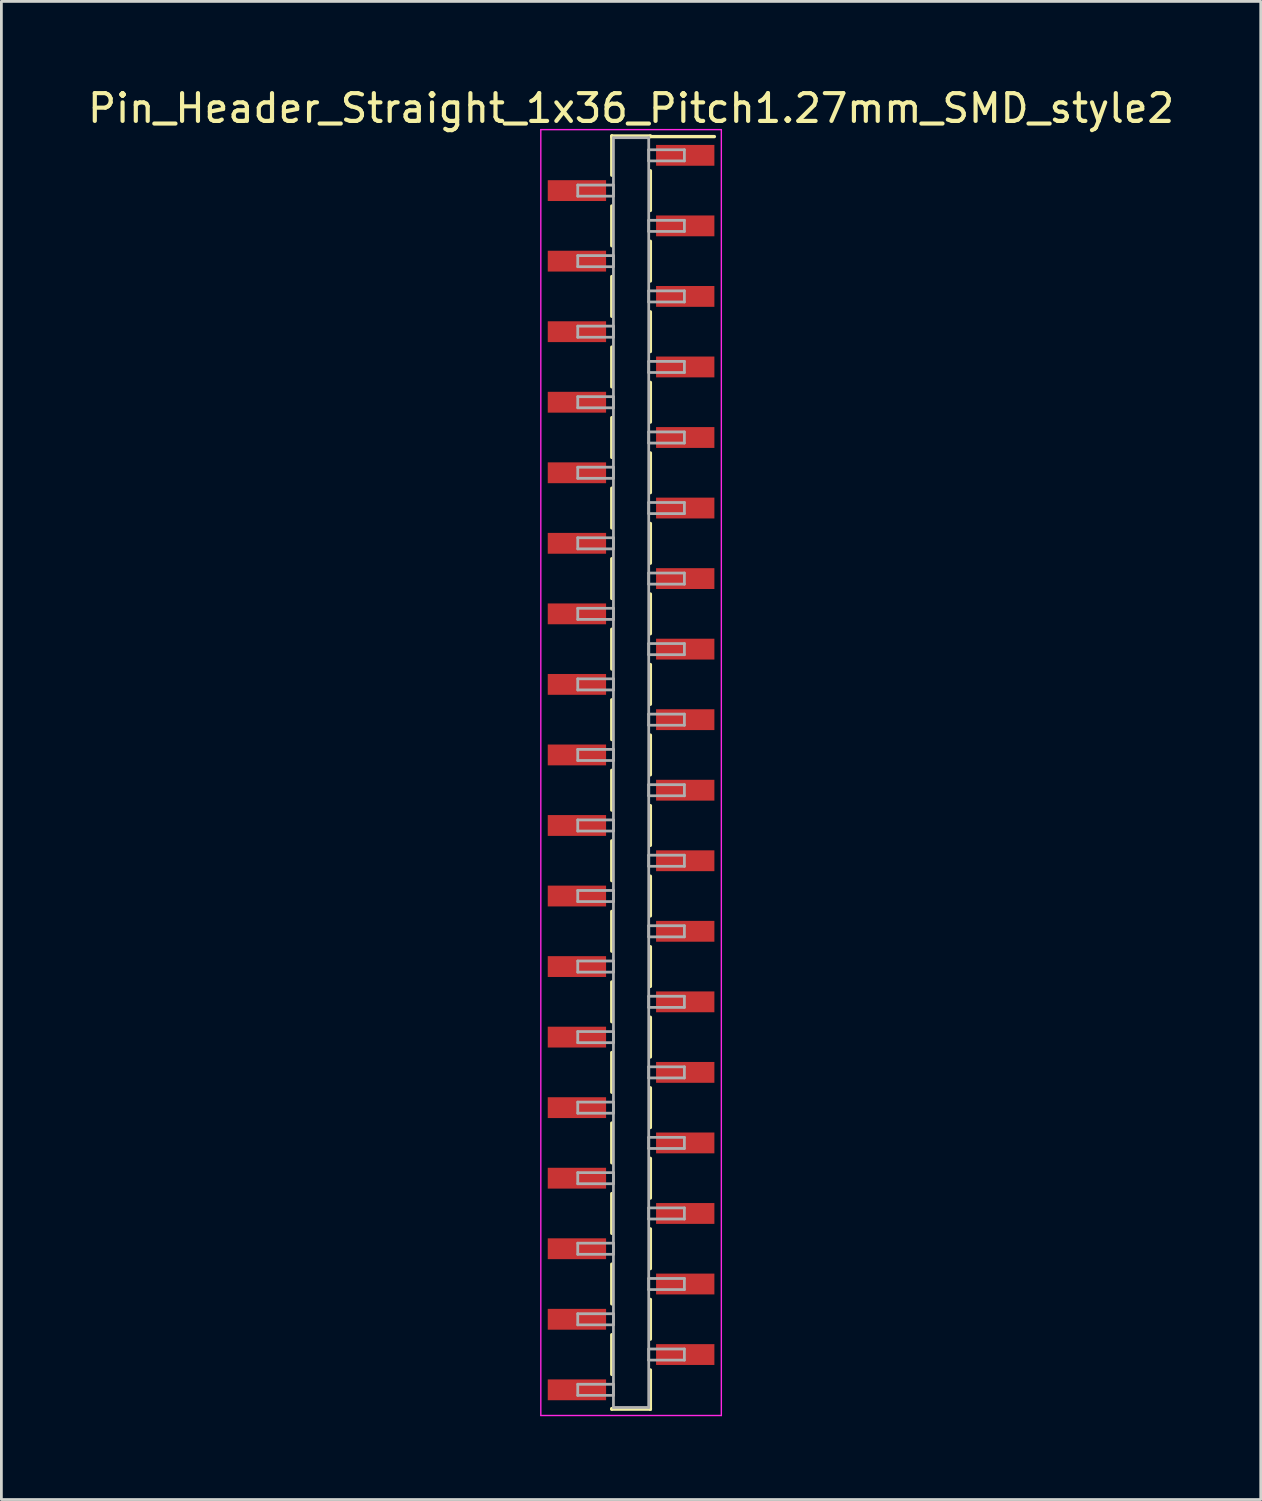
<source format=kicad_pcb>
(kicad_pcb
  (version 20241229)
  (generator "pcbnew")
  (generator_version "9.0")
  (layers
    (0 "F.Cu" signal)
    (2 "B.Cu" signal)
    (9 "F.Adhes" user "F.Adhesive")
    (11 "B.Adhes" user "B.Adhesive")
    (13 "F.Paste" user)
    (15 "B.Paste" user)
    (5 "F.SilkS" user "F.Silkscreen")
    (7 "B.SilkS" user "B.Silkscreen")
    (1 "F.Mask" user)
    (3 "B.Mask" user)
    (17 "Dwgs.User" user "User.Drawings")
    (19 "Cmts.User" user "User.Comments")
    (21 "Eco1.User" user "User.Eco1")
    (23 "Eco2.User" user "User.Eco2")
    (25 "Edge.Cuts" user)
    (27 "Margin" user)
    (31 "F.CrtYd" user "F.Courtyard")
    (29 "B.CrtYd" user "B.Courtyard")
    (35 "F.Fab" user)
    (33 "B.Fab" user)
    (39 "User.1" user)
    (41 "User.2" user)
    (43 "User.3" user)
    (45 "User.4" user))
  (footprint "Pin_Header_Straight_1x36_Pitch1.27mm_SMD_style2"
    (layer "F.Cu")
    (at 19.673 24.768)
    (property "Reference" "Pin_Header_Straight_1x36_Pitch1.27mm_SMD_style2" (at 0 -23.92 0) (layer "F.SilkS") (effects (font (size 1 1) (thickness 0.15))))
    (attr smd)
    (fp_line (start -0.695 -22.92) (end -0.695 -21.51) (stroke (width 0.12) (type solid)) (layer "F.SilkS"))
    (fp_line (start -0.695 -22.92) (end 0.695 -22.92) (stroke (width 0.12) (type solid)) (layer "F.SilkS"))
    (fp_line (start -0.695 -22.9) (end -0.695 -22.92) (stroke (width 0.12) (type solid)) (layer "F.SilkS"))
    (fp_line (start -0.695 -20.4) (end -0.695 -18.97) (stroke (width 0.12) (type solid)) (layer "F.SilkS"))
    (fp_line (start -0.695 -17.86) (end -0.695 -16.43) (stroke (width 0.12) (type solid)) (layer "F.SilkS"))
    (fp_line (start -0.695 -15.32) (end -0.695 -13.89) (stroke (width 0.12) (type solid)) (layer "F.SilkS"))
    (fp_line (start -0.695 -12.78) (end -0.695 -11.35) (stroke (width 0.12) (type solid)) (layer "F.SilkS"))
    (fp_line (start -0.695 -10.24) (end -0.695 -8.81) (stroke (width 0.12) (type solid)) (layer "F.SilkS"))
    (fp_line (start -0.695 -7.7) (end -0.695 -6.27) (stroke (width 0.12) (type solid)) (layer "F.SilkS"))
    (fp_line (start -0.695 -5.16) (end -0.695 -3.73) (stroke (width 0.12) (type solid)) (layer "F.SilkS"))
    (fp_line (start -0.695 -2.62) (end -0.695 -1.19) (stroke (width 0.12) (type solid)) (layer "F.SilkS"))
    (fp_line (start -0.695 -0.08) (end -0.695 1.35) (stroke (width 0.12) (type solid)) (layer "F.SilkS"))
    (fp_line (start -0.695 2.46) (end -0.695 3.89) (stroke (width 0.12) (type solid)) (layer "F.SilkS"))
    (fp_line (start -0.695 5) (end -0.695 6.43) (stroke (width 0.12) (type solid)) (layer "F.SilkS"))
    (fp_line (start -0.695 7.54) (end -0.695 8.97) (stroke (width 0.12) (type solid)) (layer "F.SilkS"))
    (fp_line (start -0.695 10.08) (end -0.695 11.51) (stroke (width 0.12) (type solid)) (layer "F.SilkS"))
    (fp_line (start -0.695 12.62) (end -0.695 14.05) (stroke (width 0.12) (type solid)) (layer "F.SilkS"))
    (fp_line (start -0.695 15.16) (end -0.695 16.59) (stroke (width 0.12) (type solid)) (layer "F.SilkS"))
    (fp_line (start -0.695 17.7) (end -0.695 19.13) (stroke (width 0.12) (type solid)) (layer "F.SilkS"))
    (fp_line (start -0.695 20.24) (end -0.695 21.67) (stroke (width 0.12) (type solid)) (layer "F.SilkS"))
    (fp_line (start -0.695 22.9) (end -0.695 22.92) (stroke (width 0.12) (type solid)) (layer "F.SilkS"))
    (fp_line (start -0.695 22.92) (end 0.695 22.92) (stroke (width 0.12) (type solid)) (layer "F.SilkS"))
    (fp_line (start 0.695 -22.92) (end 0.695 -22.9) (stroke (width 0.12) (type solid)) (layer "F.SilkS"))
    (fp_line (start 0.695 -22.9) (end 3 -22.9) (stroke (width 0.12) (type solid)) (layer "F.SilkS"))
    (fp_line (start 0.695 -21.67) (end 0.695 -20.24) (stroke (width 0.12) (type solid)) (layer "F.SilkS"))
    (fp_line (start 0.695 -19.13) (end 0.695 -17.7) (stroke (width 0.12) (type solid)) (layer "F.SilkS"))
    (fp_line (start 0.695 -16.59) (end 0.695 -15.16) (stroke (width 0.12) (type solid)) (layer "F.SilkS"))
    (fp_line (start 0.695 -14.05) (end 0.695 -12.62) (stroke (width 0.12) (type solid)) (layer "F.SilkS"))
    (fp_line (start 0.695 -11.51) (end 0.695 -10.08) (stroke (width 0.12) (type solid)) (layer "F.SilkS"))
    (fp_line (start 0.695 -8.97) (end 0.695 -7.54) (stroke (width 0.12) (type solid)) (layer "F.SilkS"))
    (fp_line (start 0.695 -6.43) (end 0.695 -5) (stroke (width 0.12) (type solid)) (layer "F.SilkS"))
    (fp_line (start 0.695 -3.89) (end 0.695 -2.46) (stroke (width 0.12) (type solid)) (layer "F.SilkS"))
    (fp_line (start 0.695 -1.35) (end 0.695 0.08) (stroke (width 0.12) (type solid)) (layer "F.SilkS"))
    (fp_line (start 0.695 1.19) (end 0.695 2.62) (stroke (width 0.12) (type solid)) (layer "F.SilkS"))
    (fp_line (start 0.695 3.73) (end 0.695 5.16) (stroke (width 0.12) (type solid)) (layer "F.SilkS"))
    (fp_line (start 0.695 6.27) (end 0.695 7.7) (stroke (width 0.12) (type solid)) (layer "F.SilkS"))
    (fp_line (start 0.695 8.81) (end 0.695 10.24) (stroke (width 0.12) (type solid)) (layer "F.SilkS"))
    (fp_line (start 0.695 11.35) (end 0.695 12.78) (stroke (width 0.12) (type solid)) (layer "F.SilkS"))
    (fp_line (start 0.695 13.89) (end 0.695 15.32) (stroke (width 0.12) (type solid)) (layer "F.SilkS"))
    (fp_line (start 0.695 16.43) (end 0.695 17.86) (stroke (width 0.12) (type solid)) (layer "F.SilkS"))
    (fp_line (start 0.695 18.97) (end 0.695 20.4) (stroke (width 0.12) (type solid)) (layer "F.SilkS"))
    (fp_line (start 0.695 21.51) (end 0.695 22.92) (stroke (width 0.12) (type solid)) (layer "F.SilkS"))
    (fp_line (start 0.695 22.92) (end 0.695 22.9) (stroke (width 0.12) (type solid)) (layer "F.SilkS"))
    (fp_line (start -3.25 -23.15) (end -3.25 23.15) (stroke (width 0.05) (type solid)) (layer "F.CrtYd"))
    (fp_line (start -3.25 23.15) (end 3.25 23.15) (stroke (width 0.05) (type solid)) (layer "F.CrtYd"))
    (fp_line (start 3.25 -23.15) (end -3.25 -23.15) (stroke (width 0.05) (type solid)) (layer "F.CrtYd"))
    (fp_line (start 3.25 23.15) (end 3.25 -23.15) (stroke (width 0.05) (type solid)) (layer "F.CrtYd"))
    (fp_line (start -1.92 -21.155) (end -0.635 -21.155) (stroke (width 0.1) (type solid)) (layer "F.Fab"))
    (fp_line (start -1.92 -20.755) (end -1.92 -21.155) (stroke (width 0.1) (type solid)) (layer "F.Fab"))
    (fp_line (start -1.92 -18.615) (end -0.635 -18.615) (stroke (width 0.1) (type solid)) (layer "F.Fab"))
    (fp_line (start -1.92 -18.215) (end -1.92 -18.615) (stroke (width 0.1) (type solid)) (layer "F.Fab"))
    (fp_line (start -1.92 -16.075) (end -0.635 -16.075) (stroke (width 0.1) (type solid)) (layer "F.Fab"))
    (fp_line (start -1.92 -15.675) (end -1.92 -16.075) (stroke (width 0.1) (type solid)) (layer "F.Fab"))
    (fp_line (start -1.92 -13.535) (end -0.635 -13.535) (stroke (width 0.1) (type solid)) (layer "F.Fab"))
    (fp_line (start -1.92 -13.135) (end -1.92 -13.535) (stroke (width 0.1) (type solid)) (layer "F.Fab"))
    (fp_line (start -1.92 -10.995) (end -0.635 -10.995) (stroke (width 0.1) (type solid)) (layer "F.Fab"))
    (fp_line (start -1.92 -10.595) (end -1.92 -10.995) (stroke (width 0.1) (type solid)) (layer "F.Fab"))
    (fp_line (start -1.92 -8.455) (end -0.635 -8.455) (stroke (width 0.1) (type solid)) (layer "F.Fab"))
    (fp_line (start -1.92 -8.055) (end -1.92 -8.455) (stroke (width 0.1) (type solid)) (layer "F.Fab"))
    (fp_line (start -1.92 -5.915) (end -0.635 -5.915) (stroke (width 0.1) (type solid)) (layer "F.Fab"))
    (fp_line (start -1.92 -5.515) (end -1.92 -5.915) (stroke (width 0.1) (type solid)) (layer "F.Fab"))
    (fp_line (start -1.92 -3.375) (end -0.635 -3.375) (stroke (width 0.1) (type solid)) (layer "F.Fab"))
    (fp_line (start -1.92 -2.975) (end -1.92 -3.375) (stroke (width 0.1) (type solid)) (layer "F.Fab"))
    (fp_line (start -1.92 -0.835) (end -0.635 -0.835) (stroke (width 0.1) (type solid)) (layer "F.Fab"))
    (fp_line (start -1.92 -0.435) (end -1.92 -0.835) (stroke (width 0.1) (type solid)) (layer "F.Fab"))
    (fp_line (start -1.92 1.705) (end -0.635 1.705) (stroke (width 0.1) (type solid)) (layer "F.Fab"))
    (fp_line (start -1.92 2.105) (end -1.92 1.705) (stroke (width 0.1) (type solid)) (layer "F.Fab"))
    (fp_line (start -1.92 4.245) (end -0.635 4.245) (stroke (width 0.1) (type solid)) (layer "F.Fab"))
    (fp_line (start -1.92 4.645) (end -1.92 4.245) (stroke (width 0.1) (type solid)) (layer "F.Fab"))
    (fp_line (start -1.92 6.785) (end -0.635 6.785) (stroke (width 0.1) (type solid)) (layer "F.Fab"))
    (fp_line (start -1.92 7.185) (end -1.92 6.785) (stroke (width 0.1) (type solid)) (layer "F.Fab"))
    (fp_line (start -1.92 9.325) (end -0.635 9.325) (stroke (width 0.1) (type solid)) (layer "F.Fab"))
    (fp_line (start -1.92 9.725) (end -1.92 9.325) (stroke (width 0.1) (type solid)) (layer "F.Fab"))
    (fp_line (start -1.92 11.865) (end -0.635 11.865) (stroke (width 0.1) (type solid)) (layer "F.Fab"))
    (fp_line (start -1.92 12.265) (end -1.92 11.865) (stroke (width 0.1) (type solid)) (layer "F.Fab"))
    (fp_line (start -1.92 14.405) (end -0.635 14.405) (stroke (width 0.1) (type solid)) (layer "F.Fab"))
    (fp_line (start -1.92 14.805) (end -1.92 14.405) (stroke (width 0.1) (type solid)) (layer "F.Fab"))
    (fp_line (start -1.92 16.945) (end -0.635 16.945) (stroke (width 0.1) (type solid)) (layer "F.Fab"))
    (fp_line (start -1.92 17.345) (end -1.92 16.945) (stroke (width 0.1) (type solid)) (layer "F.Fab"))
    (fp_line (start -1.92 19.485) (end -0.635 19.485) (stroke (width 0.1) (type solid)) (layer "F.Fab"))
    (fp_line (start -1.92 19.885) (end -1.92 19.485) (stroke (width 0.1) (type solid)) (layer "F.Fab"))
    (fp_line (start -1.92 22.025) (end -0.635 22.025) (stroke (width 0.1) (type solid)) (layer "F.Fab"))
    (fp_line (start -1.92 22.425) (end -1.92 22.025) (stroke (width 0.1) (type solid)) (layer "F.Fab"))
    (fp_line (start -0.635 -22.86) (end -0.635 22.86) (stroke (width 0.1) (type solid)) (layer "F.Fab"))
    (fp_line (start -0.635 -21.155) (end -0.635 -20.755) (stroke (width 0.1) (type solid)) (layer "F.Fab"))
    (fp_line (start -0.635 -20.755) (end -1.92 -20.755) (stroke (width 0.1) (type solid)) (layer "F.Fab"))
    (fp_line (start -0.635 -18.615) (end -0.635 -18.215) (stroke (width 0.1) (type solid)) (layer "F.Fab"))
    (fp_line (start -0.635 -18.215) (end -1.92 -18.215) (stroke (width 0.1) (type solid)) (layer "F.Fab"))
    (fp_line (start -0.635 -16.075) (end -0.635 -15.675) (stroke (width 0.1) (type solid)) (layer "F.Fab"))
    (fp_line (start -0.635 -15.675) (end -1.92 -15.675) (stroke (width 0.1) (type solid)) (layer "F.Fab"))
    (fp_line (start -0.635 -13.535) (end -0.635 -13.135) (stroke (width 0.1) (type solid)) (layer "F.Fab"))
    (fp_line (start -0.635 -13.135) (end -1.92 -13.135) (stroke (width 0.1) (type solid)) (layer "F.Fab"))
    (fp_line (start -0.635 -10.995) (end -0.635 -10.595) (stroke (width 0.1) (type solid)) (layer "F.Fab"))
    (fp_line (start -0.635 -10.595) (end -1.92 -10.595) (stroke (width 0.1) (type solid)) (layer "F.Fab"))
    (fp_line (start -0.635 -8.455) (end -0.635 -8.055) (stroke (width 0.1) (type solid)) (layer "F.Fab"))
    (fp_line (start -0.635 -8.055) (end -1.92 -8.055) (stroke (width 0.1) (type solid)) (layer "F.Fab"))
    (fp_line (start -0.635 -5.915) (end -0.635 -5.515) (stroke (width 0.1) (type solid)) (layer "F.Fab"))
    (fp_line (start -0.635 -5.515) (end -1.92 -5.515) (stroke (width 0.1) (type solid)) (layer "F.Fab"))
    (fp_line (start -0.635 -3.375) (end -0.635 -2.975) (stroke (width 0.1) (type solid)) (layer "F.Fab"))
    (fp_line (start -0.635 -2.975) (end -1.92 -2.975) (stroke (width 0.1) (type solid)) (layer "F.Fab"))
    (fp_line (start -0.635 -0.835) (end -0.635 -0.435) (stroke (width 0.1) (type solid)) (layer "F.Fab"))
    (fp_line (start -0.635 -0.435) (end -1.92 -0.435) (stroke (width 0.1) (type solid)) (layer "F.Fab"))
    (fp_line (start -0.635 1.705) (end -0.635 2.105) (stroke (width 0.1) (type solid)) (layer "F.Fab"))
    (fp_line (start -0.635 2.105) (end -1.92 2.105) (stroke (width 0.1) (type solid)) (layer "F.Fab"))
    (fp_line (start -0.635 4.245) (end -0.635 4.645) (stroke (width 0.1) (type solid)) (layer "F.Fab"))
    (fp_line (start -0.635 4.645) (end -1.92 4.645) (stroke (width 0.1) (type solid)) (layer "F.Fab"))
    (fp_line (start -0.635 6.785) (end -0.635 7.185) (stroke (width 0.1) (type solid)) (layer "F.Fab"))
    (fp_line (start -0.635 7.185) (end -1.92 7.185) (stroke (width 0.1) (type solid)) (layer "F.Fab"))
    (fp_line (start -0.635 9.325) (end -0.635 9.725) (stroke (width 0.1) (type solid)) (layer "F.Fab"))
    (fp_line (start -0.635 9.725) (end -1.92 9.725) (stroke (width 0.1) (type solid)) (layer "F.Fab"))
    (fp_line (start -0.635 11.865) (end -0.635 12.265) (stroke (width 0.1) (type solid)) (layer "F.Fab"))
    (fp_line (start -0.635 12.265) (end -1.92 12.265) (stroke (width 0.1) (type solid)) (layer "F.Fab"))
    (fp_line (start -0.635 14.405) (end -0.635 14.805) (stroke (width 0.1) (type solid)) (layer "F.Fab"))
    (fp_line (start -0.635 14.805) (end -1.92 14.805) (stroke (width 0.1) (type solid)) (layer "F.Fab"))
    (fp_line (start -0.635 16.945) (end -0.635 17.345) (stroke (width 0.1) (type solid)) (layer "F.Fab"))
    (fp_line (start -0.635 17.345) (end -1.92 17.345) (stroke (width 0.1) (type solid)) (layer "F.Fab"))
    (fp_line (start -0.635 19.485) (end -0.635 19.885) (stroke (width 0.1) (type solid)) (layer "F.Fab"))
    (fp_line (start -0.635 19.885) (end -1.92 19.885) (stroke (width 0.1) (type solid)) (layer "F.Fab"))
    (fp_line (start -0.635 22.025) (end -0.635 22.425) (stroke (width 0.1) (type solid)) (layer "F.Fab"))
    (fp_line (start -0.635 22.425) (end -1.92 22.425) (stroke (width 0.1) (type solid)) (layer "F.Fab"))
    (fp_line (start -0.635 22.86) (end 0.635 22.86) (stroke (width 0.1) (type solid)) (layer "F.Fab"))
    (fp_line (start 0.635 -22.86) (end -0.635 -22.86) (stroke (width 0.1) (type solid)) (layer "F.Fab"))
    (fp_line (start 0.635 -22.425) (end 0.635 -22.025) (stroke (width 0.1) (type solid)) (layer "F.Fab"))
    (fp_line (start 0.635 -22.025) (end 1.92 -22.025) (stroke (width 0.1) (type solid)) (layer "F.Fab"))
    (fp_line (start 0.635 -19.885) (end 0.635 -19.485) (stroke (width 0.1) (type solid)) (layer "F.Fab"))
    (fp_line (start 0.635 -19.485) (end 1.92 -19.485) (stroke (width 0.1) (type solid)) (layer "F.Fab"))
    (fp_line (start 0.635 -17.345) (end 0.635 -16.945) (stroke (width 0.1) (type solid)) (layer "F.Fab"))
    (fp_line (start 0.635 -16.945) (end 1.92 -16.945) (stroke (width 0.1) (type solid)) (layer "F.Fab"))
    (fp_line (start 0.635 -14.805) (end 0.635 -14.405) (stroke (width 0.1) (type solid)) (layer "F.Fab"))
    (fp_line (start 0.635 -14.405) (end 1.92 -14.405) (stroke (width 0.1) (type solid)) (layer "F.Fab"))
    (fp_line (start 0.635 -12.265) (end 0.635 -11.865) (stroke (width 0.1) (type solid)) (layer "F.Fab"))
    (fp_line (start 0.635 -11.865) (end 1.92 -11.865) (stroke (width 0.1) (type solid)) (layer "F.Fab"))
    (fp_line (start 0.635 -9.725) (end 0.635 -9.325) (stroke (width 0.1) (type solid)) (layer "F.Fab"))
    (fp_line (start 0.635 -9.325) (end 1.92 -9.325) (stroke (width 0.1) (type solid)) (layer "F.Fab"))
    (fp_line (start 0.635 -7.185) (end 0.635 -6.785) (stroke (width 0.1) (type solid)) (layer "F.Fab"))
    (fp_line (start 0.635 -6.785) (end 1.92 -6.785) (stroke (width 0.1) (type solid)) (layer "F.Fab"))
    (fp_line (start 0.635 -4.645) (end 0.635 -4.245) (stroke (width 0.1) (type solid)) (layer "F.Fab"))
    (fp_line (start 0.635 -4.245) (end 1.92 -4.245) (stroke (width 0.1) (type solid)) (layer "F.Fab"))
    (fp_line (start 0.635 -2.105) (end 0.635 -1.705) (stroke (width 0.1) (type solid)) (layer "F.Fab"))
    (fp_line (start 0.635 -1.705) (end 1.92 -1.705) (stroke (width 0.1) (type solid)) (layer "F.Fab"))
    (fp_line (start 0.635 0.435) (end 0.635 0.835) (stroke (width 0.1) (type solid)) (layer "F.Fab"))
    (fp_line (start 0.635 0.835) (end 1.92 0.835) (stroke (width 0.1) (type solid)) (layer "F.Fab"))
    (fp_line (start 0.635 2.975) (end 0.635 3.375) (stroke (width 0.1) (type solid)) (layer "F.Fab"))
    (fp_line (start 0.635 3.375) (end 1.92 3.375) (stroke (width 0.1) (type solid)) (layer "F.Fab"))
    (fp_line (start 0.635 5.515) (end 0.635 5.915) (stroke (width 0.1) (type solid)) (layer "F.Fab"))
    (fp_line (start 0.635 5.915) (end 1.92 5.915) (stroke (width 0.1) (type solid)) (layer "F.Fab"))
    (fp_line (start 0.635 8.055) (end 0.635 8.455) (stroke (width 0.1) (type solid)) (layer "F.Fab"))
    (fp_line (start 0.635 8.455) (end 1.92 8.455) (stroke (width 0.1) (type solid)) (layer "F.Fab"))
    (fp_line (start 0.635 10.595) (end 0.635 10.995) (stroke (width 0.1) (type solid)) (layer "F.Fab"))
    (fp_line (start 0.635 10.995) (end 1.92 10.995) (stroke (width 0.1) (type solid)) (layer "F.Fab"))
    (fp_line (start 0.635 13.135) (end 0.635 13.535) (stroke (width 0.1) (type solid)) (layer "F.Fab"))
    (fp_line (start 0.635 13.535) (end 1.92 13.535) (stroke (width 0.1) (type solid)) (layer "F.Fab"))
    (fp_line (start 0.635 15.675) (end 0.635 16.075) (stroke (width 0.1) (type solid)) (layer "F.Fab"))
    (fp_line (start 0.635 16.075) (end 1.92 16.075) (stroke (width 0.1) (type solid)) (layer "F.Fab"))
    (fp_line (start 0.635 18.215) (end 0.635 18.615) (stroke (width 0.1) (type solid)) (layer "F.Fab"))
    (fp_line (start 0.635 18.615) (end 1.92 18.615) (stroke (width 0.1) (type solid)) (layer "F.Fab"))
    (fp_line (start 0.635 20.755) (end 0.635 21.155) (stroke (width 0.1) (type solid)) (layer "F.Fab"))
    (fp_line (start 0.635 21.155) (end 1.92 21.155) (stroke (width 0.1) (type solid)) (layer "F.Fab"))
    (fp_line (start 0.635 22.86) (end 0.635 -22.86) (stroke (width 0.1) (type solid)) (layer "F.Fab"))
    (fp_line (start 1.92 -22.425) (end 0.635 -22.425) (stroke (width 0.1) (type solid)) (layer "F.Fab"))
    (fp_line (start 1.92 -22.025) (end 1.92 -22.425) (stroke (width 0.1) (type solid)) (layer "F.Fab"))
    (fp_line (start 1.92 -19.885) (end 0.635 -19.885) (stroke (width 0.1) (type solid)) (layer "F.Fab"))
    (fp_line (start 1.92 -19.485) (end 1.92 -19.885) (stroke (width 0.1) (type solid)) (layer "F.Fab"))
    (fp_line (start 1.92 -17.345) (end 0.635 -17.345) (stroke (width 0.1) (type solid)) (layer "F.Fab"))
    (fp_line (start 1.92 -16.945) (end 1.92 -17.345) (stroke (width 0.1) (type solid)) (layer "F.Fab"))
    (fp_line (start 1.92 -14.805) (end 0.635 -14.805) (stroke (width 0.1) (type solid)) (layer "F.Fab"))
    (fp_line (start 1.92 -14.405) (end 1.92 -14.805) (stroke (width 0.1) (type solid)) (layer "F.Fab"))
    (fp_line (start 1.92 -12.265) (end 0.635 -12.265) (stroke (width 0.1) (type solid)) (layer "F.Fab"))
    (fp_line (start 1.92 -11.865) (end 1.92 -12.265) (stroke (width 0.1) (type solid)) (layer "F.Fab"))
    (fp_line (start 1.92 -9.725) (end 0.635 -9.725) (stroke (width 0.1) (type solid)) (layer "F.Fab"))
    (fp_line (start 1.92 -9.325) (end 1.92 -9.725) (stroke (width 0.1) (type solid)) (layer "F.Fab"))
    (fp_line (start 1.92 -7.185) (end 0.635 -7.185) (stroke (width 0.1) (type solid)) (layer "F.Fab"))
    (fp_line (start 1.92 -6.785) (end 1.92 -7.185) (stroke (width 0.1) (type solid)) (layer "F.Fab"))
    (fp_line (start 1.92 -4.645) (end 0.635 -4.645) (stroke (width 0.1) (type solid)) (layer "F.Fab"))
    (fp_line (start 1.92 -4.245) (end 1.92 -4.645) (stroke (width 0.1) (type solid)) (layer "F.Fab"))
    (fp_line (start 1.92 -2.105) (end 0.635 -2.105) (stroke (width 0.1) (type solid)) (layer "F.Fab"))
    (fp_line (start 1.92 -1.705) (end 1.92 -2.105) (stroke (width 0.1) (type solid)) (layer "F.Fab"))
    (fp_line (start 1.92 0.435) (end 0.635 0.435) (stroke (width 0.1) (type solid)) (layer "F.Fab"))
    (fp_line (start 1.92 0.835) (end 1.92 0.435) (stroke (width 0.1) (type solid)) (layer "F.Fab"))
    (fp_line (start 1.92 2.975) (end 0.635 2.975) (stroke (width 0.1) (type solid)) (layer "F.Fab"))
    (fp_line (start 1.92 3.375) (end 1.92 2.975) (stroke (width 0.1) (type solid)) (layer "F.Fab"))
    (fp_line (start 1.92 5.515) (end 0.635 5.515) (stroke (width 0.1) (type solid)) (layer "F.Fab"))
    (fp_line (start 1.92 5.915) (end 1.92 5.515) (stroke (width 0.1) (type solid)) (layer "F.Fab"))
    (fp_line (start 1.92 8.055) (end 0.635 8.055) (stroke (width 0.1) (type solid)) (layer "F.Fab"))
    (fp_line (start 1.92 8.455) (end 1.92 8.055) (stroke (width 0.1) (type solid)) (layer "F.Fab"))
    (fp_line (start 1.92 10.595) (end 0.635 10.595) (stroke (width 0.1) (type solid)) (layer "F.Fab"))
    (fp_line (start 1.92 10.995) (end 1.92 10.595) (stroke (width 0.1) (type solid)) (layer "F.Fab"))
    (fp_line (start 1.92 13.135) (end 0.635 13.135) (stroke (width 0.1) (type solid)) (layer "F.Fab"))
    (fp_line (start 1.92 13.535) (end 1.92 13.135) (stroke (width 0.1) (type solid)) (layer "F.Fab"))
    (fp_line (start 1.92 15.675) (end 0.635 15.675) (stroke (width 0.1) (type solid)) (layer "F.Fab"))
    (fp_line (start 1.92 16.075) (end 1.92 15.675) (stroke (width 0.1) (type solid)) (layer "F.Fab"))
    (fp_line (start 1.92 18.215) (end 0.635 18.215) (stroke (width 0.1) (type solid)) (layer "F.Fab"))
    (fp_line (start 1.92 18.615) (end 1.92 18.215) (stroke (width 0.1) (type solid)) (layer "F.Fab"))
    (fp_line (start 1.92 20.755) (end 0.635 20.755) (stroke (width 0.1) (type solid)) (layer "F.Fab"))
    (fp_line (start 1.92 21.155) (end 1.92 20.755) (stroke (width 0.1) (type solid)) (layer "F.Fab"))
    (pad "1" smd rect (at 1.95 -22.225) (size 2.1 0.75) (layers "F.Cu" "F.Mask"))
    (pad "2" smd rect (at -1.95 -20.955) (size 2.1 0.75) (layers "F.Cu" "F.Mask"))
    (pad "3" smd rect (at 1.95 -19.685) (size 2.1 0.75) (layers "F.Cu" "F.Mask"))
    (pad "4" smd rect (at -1.95 -18.415) (size 2.1 0.75) (layers "F.Cu" "F.Mask"))
    (pad "5" smd rect (at 1.95 -17.145) (size 2.1 0.75) (layers "F.Cu" "F.Mask"))
    (pad "6" smd rect (at -1.95 -15.875) (size 2.1 0.75) (layers "F.Cu" "F.Mask"))
    (pad "7" smd rect (at 1.95 -14.605) (size 2.1 0.75) (layers "F.Cu" "F.Mask"))
    (pad "8" smd rect (at -1.95 -13.335) (size 2.1 0.75) (layers "F.Cu" "F.Mask"))
    (pad "9" smd rect (at 1.95 -12.065) (size 2.1 0.75) (layers "F.Cu" "F.Mask"))
    (pad "10" smd rect (at -1.95 -10.795) (size 2.1 0.75) (layers "F.Cu" "F.Mask"))
    (pad "11" smd rect (at 1.95 -9.525) (size 2.1 0.75) (layers "F.Cu" "F.Mask"))
    (pad "12" smd rect (at -1.95 -8.255) (size 2.1 0.75) (layers "F.Cu" "F.Mask"))
    (pad "13" smd rect (at 1.95 -6.985) (size 2.1 0.75) (layers "F.Cu" "F.Mask"))
    (pad "14" smd rect (at -1.95 -5.715) (size 2.1 0.75) (layers "F.Cu" "F.Mask"))
    (pad "15" smd rect (at 1.95 -4.445) (size 2.1 0.75) (layers "F.Cu" "F.Mask"))
    (pad "16" smd rect (at -1.95 -3.175) (size 2.1 0.75) (layers "F.Cu" "F.Mask"))
    (pad "17" smd rect (at 1.95 -1.905) (size 2.1 0.75) (layers "F.Cu" "F.Mask"))
    (pad "18" smd rect (at -1.95 -0.635) (size 2.1 0.75) (layers "F.Cu" "F.Mask"))
    (pad "19" smd rect (at 1.95 0.635) (size 2.1 0.75) (layers "F.Cu" "F.Mask"))
    (pad "20" smd rect (at -1.95 1.905) (size 2.1 0.75) (layers "F.Cu" "F.Mask"))
    (pad "21" smd rect (at 1.95 3.175) (size 2.1 0.75) (layers "F.Cu" "F.Mask"))
    (pad "22" smd rect (at -1.95 4.445) (size 2.1 0.75) (layers "F.Cu" "F.Mask"))
    (pad "23" smd rect (at 1.95 5.715) (size 2.1 0.75) (layers "F.Cu" "F.Mask"))
    (pad "24" smd rect (at -1.95 6.985) (size 2.1 0.75) (layers "F.Cu" "F.Mask"))
    (pad "25" smd rect (at 1.95 8.255) (size 2.1 0.75) (layers "F.Cu" "F.Mask"))
    (pad "26" smd rect (at -1.95 9.525) (size 2.1 0.75) (layers "F.Cu" "F.Mask"))
    (pad "27" smd rect (at 1.95 10.795) (size 2.1 0.75) (layers "F.Cu" "F.Mask"))
    (pad "28" smd rect (at -1.95 12.065) (size 2.1 0.75) (layers "F.Cu" "F.Mask"))
    (pad "29" smd rect (at 1.95 13.335) (size 2.1 0.75) (layers "F.Cu" "F.Mask"))
    (pad "30" smd rect (at -1.95 14.605) (size 2.1 0.75) (layers "F.Cu" "F.Mask"))
    (pad "31" smd rect (at 1.95 15.875) (size 2.1 0.75) (layers "F.Cu" "F.Mask"))
    (pad "32" smd rect (at -1.95 17.145) (size 2.1 0.75) (layers "F.Cu" "F.Mask"))
    (pad "33" smd rect (at 1.95 18.415) (size 2.1 0.75) (layers "F.Cu" "F.Mask"))
    (pad "34" smd rect (at -1.95 19.685) (size 2.1 0.75) (layers "F.Cu" "F.Mask"))
    (pad "35" smd rect (at 1.95 20.955) (size 2.1 0.75) (layers "F.Cu" "F.Mask"))
    (pad "36" smd rect (at -1.95 22.225) (size 2.1 0.75) (layers "F.Cu" "F.Mask")))
  (gr_rect
    (start -3 -3)
    (end 42.345 50.943)
    (stroke (width 0.1) (type default))
    (fill no)
    (layer "Edge.Cuts")))
</source>
